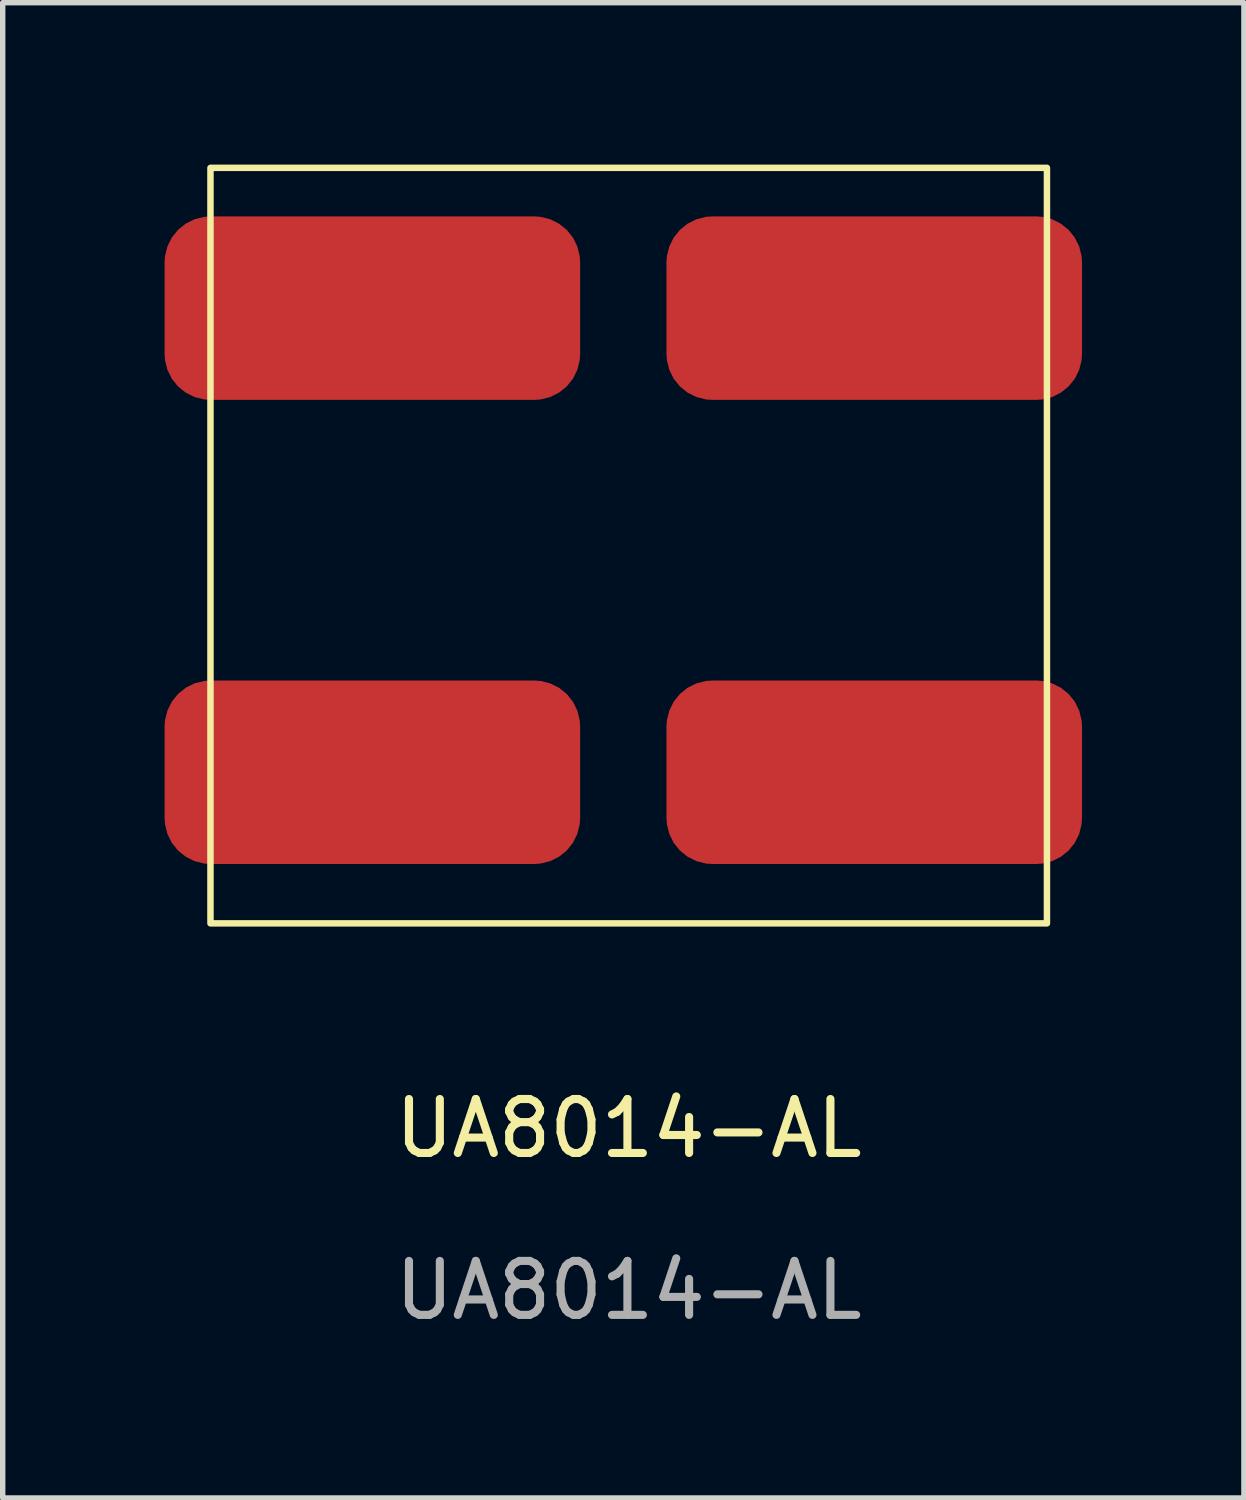
<source format=kicad_pcb>
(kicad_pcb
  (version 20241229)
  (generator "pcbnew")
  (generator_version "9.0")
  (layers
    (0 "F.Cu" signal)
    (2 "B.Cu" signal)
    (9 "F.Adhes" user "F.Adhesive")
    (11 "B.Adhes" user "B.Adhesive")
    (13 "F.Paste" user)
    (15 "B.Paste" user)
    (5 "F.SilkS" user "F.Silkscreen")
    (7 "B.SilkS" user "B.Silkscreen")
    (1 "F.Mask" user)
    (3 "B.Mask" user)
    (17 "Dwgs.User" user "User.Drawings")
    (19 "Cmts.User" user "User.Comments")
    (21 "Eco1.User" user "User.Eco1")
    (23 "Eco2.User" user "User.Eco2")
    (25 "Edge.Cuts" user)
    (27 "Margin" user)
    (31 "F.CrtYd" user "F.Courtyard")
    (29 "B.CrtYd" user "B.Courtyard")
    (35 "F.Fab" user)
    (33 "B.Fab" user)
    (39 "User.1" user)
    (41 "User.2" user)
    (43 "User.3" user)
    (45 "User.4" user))
  (footprint "UA8014-AL"
    (layer "F.Cu")
    (at 8.5 6.96)
    (property "Reference" "UA8014-AL" (at 0.1 10.9 0) (unlocked yes) (layer "F.SilkS") (effects (font (size 1 1) (thickness 0.15))))
    (attr smd)
    (fp_rect (start -7.65 -6.9) (end 7.85 7.1) (stroke (width 0.12) (type default)) (fill no) (layer "F.SilkS"))
    (fp_text user "${REFERENCE}" (at 0.1 13.9 0) (unlocked yes) (layer "F.Fab") (effects (font (size 1 1) (thickness 0.15))))
    (pad "1" smd roundrect (at -4.65 -4.3) (size 7.7 3.4) (layers "F.Cu" "F.Mask" "F.Paste") (roundrect_rratio 0.25))
    (pad "2" smd roundrect (at -4.65 4.3) (size 7.7 3.4) (layers "F.Cu" "F.Mask" "F.Paste") (roundrect_rratio 0.25))
    (pad "3" smd roundrect (at 4.65 4.3) (size 7.7 3.4) (layers "F.Cu" "F.Mask" "F.Paste") (roundrect_rratio 0.25))
    (pad "4" smd roundrect (at 4.65 -4.3) (size 7.7 3.4) (layers "F.Cu" "F.Mask" "F.Paste") (roundrect_rratio 0.25)))
  (gr_rect
    (start -3 -3)
    (end 20 24.708)
    (stroke (width 0.1) (type default))
    (fill no)
    (layer "Edge.Cuts")))
</source>
